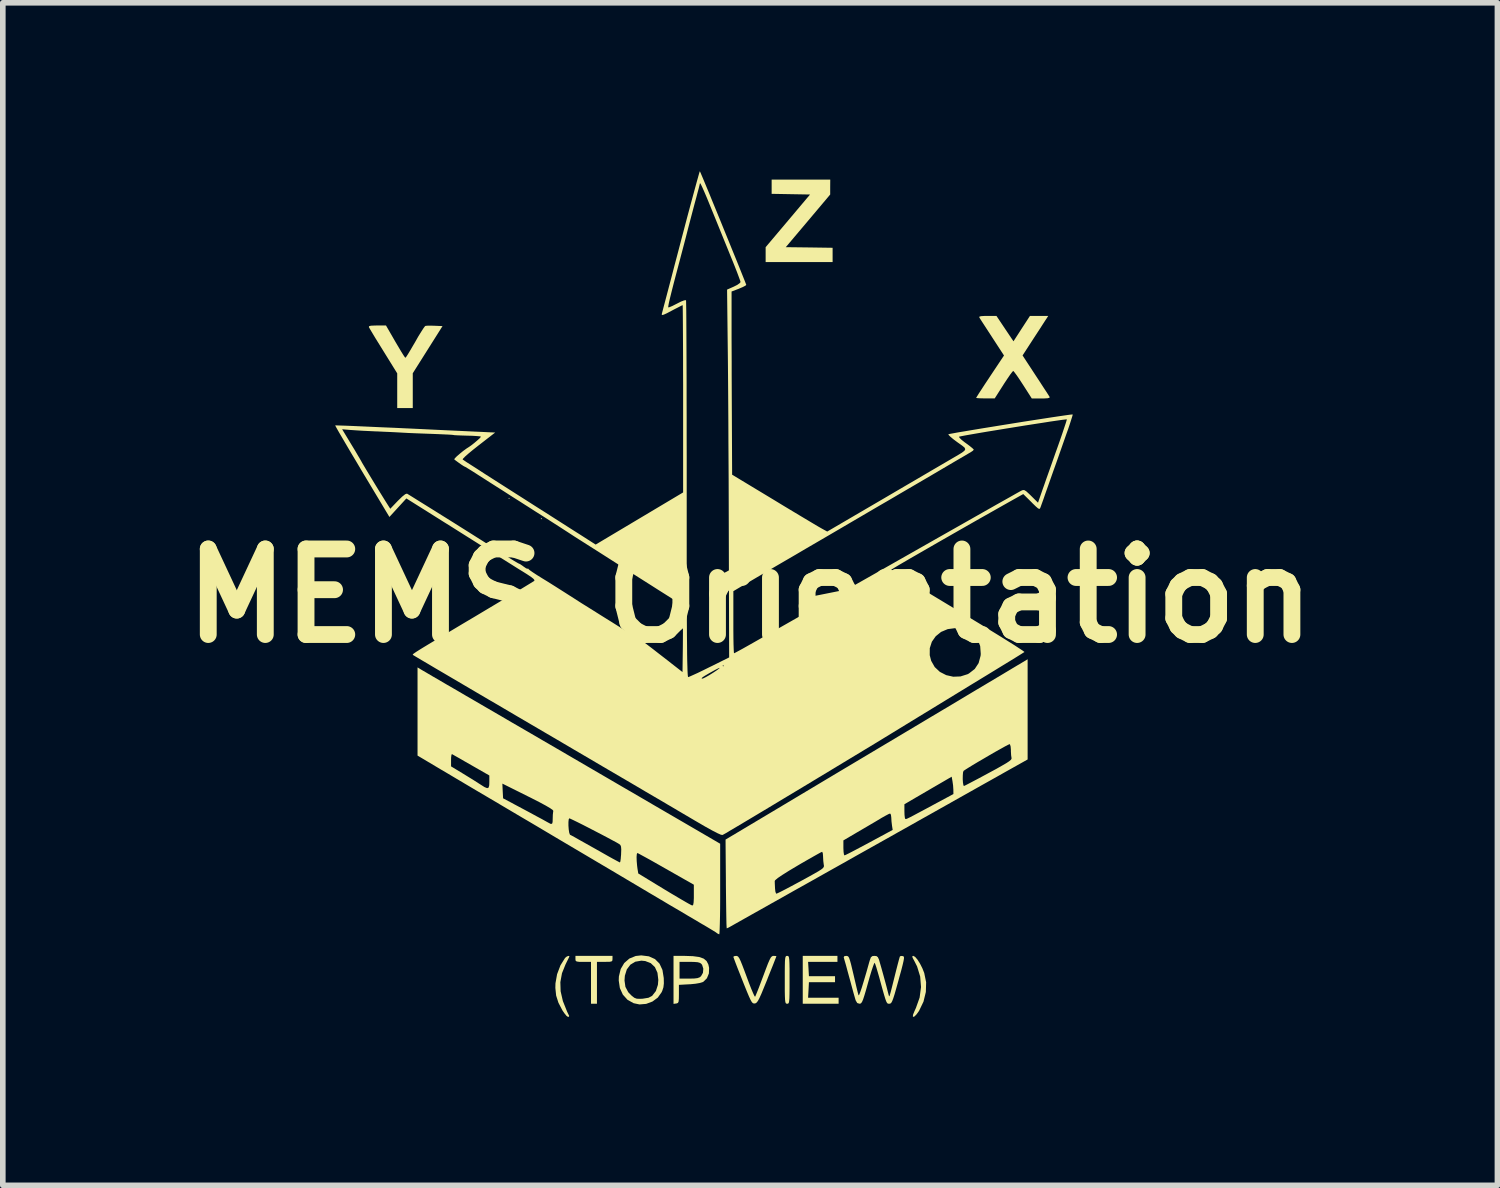
<source format=kicad_pcb>
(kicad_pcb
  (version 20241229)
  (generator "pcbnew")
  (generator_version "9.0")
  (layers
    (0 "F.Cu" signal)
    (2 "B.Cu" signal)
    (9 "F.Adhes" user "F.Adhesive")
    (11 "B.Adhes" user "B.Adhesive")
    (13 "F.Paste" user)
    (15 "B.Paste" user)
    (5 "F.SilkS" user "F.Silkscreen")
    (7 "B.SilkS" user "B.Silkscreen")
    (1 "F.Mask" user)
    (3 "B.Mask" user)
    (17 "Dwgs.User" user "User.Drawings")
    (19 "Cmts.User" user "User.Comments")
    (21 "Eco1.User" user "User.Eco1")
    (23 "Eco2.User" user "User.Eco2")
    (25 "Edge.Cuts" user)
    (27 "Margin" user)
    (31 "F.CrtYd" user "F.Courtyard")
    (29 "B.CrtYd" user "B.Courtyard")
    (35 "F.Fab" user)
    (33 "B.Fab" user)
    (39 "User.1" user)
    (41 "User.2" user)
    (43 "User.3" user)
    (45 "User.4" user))
  (footprint "MEMS_Orientation"
    (layer "F.Cu")
    (at 10.312 7.564)
    (property "Reference" "MEMS_Orientation" (at 0 0 0) (layer "F.SilkS") (effects (font (size 1.524 1.524) (thickness 0.3))))
    (attr board_only exclude_from_pos_files exclude_from_bom)
    (fp_poly (pts (xy -4.283 -1.737) (xy -4.294 -1.726) (xy -4.304 -1.737) (xy -4.294 -1.747)) (stroke (width 0) (type solid)) (fill yes) (layer "F.SilkS"))
    (fp_poly (pts (xy -3.708 -1.374) (xy -3.718 -1.364) (xy -3.729 -1.374) (xy -3.718 -1.385)) (stroke (width 0) (type solid)) (fill yes) (layer "F.SilkS"))
    (fp_poly (pts (xy -1.662 0.586) (xy -1.673 0.597) (xy -1.683 0.586) (xy -1.673 0.575)) (stroke (width 0) (type solid)) (fill yes) (layer "F.SilkS"))
    (fp_poly (pts (xy 1.556 6.52) (xy 1.033 6.52) (xy 1.041 6.648) (xy 1.048 6.776) (xy 1.513 6.776) (xy 1.513 6.883) (xy 1.048 6.883) (xy 1.041 7.021) (xy 1.033 7.16) (xy 1.305 7.16) (xy 1.577 7.16) (xy 1.577 7.266) (xy 0.938 7.266) (xy 0.938 6.414) (xy 1.556 6.414)) (stroke (width 0) (type solid)) (fill yes) (layer "F.SilkS"))
    (fp_poly (pts (xy 1.427 -7.282) (xy 1.427 -7.149) (xy 1.032 -6.68) (xy 0.636 -6.211) (xy 1.053 -6.206) (xy 1.47 -6.2) (xy 1.47 -5.945) (xy 0.277 -5.945) (xy 0.277 -6.078) (xy 0.277 -6.211) (xy 0.673 -6.68) (xy 1.068 -7.149) (xy 0.726 -7.155) (xy 0.384 -7.161) (xy 0.384 -7.415) (xy 1.428 -7.415)) (stroke (width 0) (type solid)) (fill yes) (layer "F.SilkS"))
    (fp_poly (pts (xy -2.451 6.467) (xy -2.453 6.496) (xy -2.467 6.512) (xy -2.501 6.519) (xy -2.566 6.52) (xy -2.589 6.52) (xy -2.728 6.52) (xy -2.728 7.266) (xy -2.834 7.266) (xy -2.834 6.52) (xy -2.973 6.52) (xy -3.047 6.52) (xy -3.088 6.514) (xy -3.107 6.501) (xy -3.111 6.476) (xy -3.111 6.467) (xy -3.111 6.414) (xy -2.451 6.414)) (stroke (width 0) (type solid)) (fill yes) (layer "F.SilkS"))
    (fp_poly (pts (xy -3.219 6.419) (xy -3.221 6.43) (xy -3.234 6.457) (xy -3.26 6.509) (xy -3.287 6.564) (xy -3.351 6.723) (xy -3.38 6.882) (xy -3.375 7.045) (xy -3.335 7.219) (xy -3.259 7.409) (xy -3.222 7.485) (xy -3.231 7.499) (xy -3.243 7.501) (xy -3.269 7.484) (xy -3.306 7.439) (xy -3.343 7.385) (xy -3.414 7.249) (xy -3.455 7.121) (xy -3.469 6.985) (xy -3.467 6.903) (xy -3.438 6.74) (xy -3.378 6.582) (xy -3.296 6.451) (xy -3.266 6.426) (xy -3.236 6.414)) (stroke (width 0) (type solid)) (fill yes) (layer "F.SilkS"))
    (fp_poly (pts (xy 2.94 6.432) (xy 2.982 6.481) (xy 3.027 6.552) (xy 3.069 6.635) (xy 3.102 6.718) (xy 3.136 6.884) (xy 3.131 7.057) (xy 3.089 7.229) (xy 3.011 7.391) (xy 3.004 7.402) (xy 2.964 7.457) (xy 2.928 7.493) (xy 2.91 7.501) (xy 2.899 7.491) (xy 2.904 7.458) (xy 2.929 7.397) (xy 2.954 7.342) (xy 3.02 7.157) (xy 3.045 6.969) (xy 3.03 6.782) (xy 2.975 6.602) (xy 2.926 6.505) (xy 2.896 6.45) (xy 2.889 6.423) (xy 2.902 6.414) (xy 2.907 6.414)) (stroke (width 0) (type solid)) (fill yes) (layer "F.SilkS"))
    (fp_poly (pts (xy 0.675 6.416) (xy 0.686 6.424) (xy 0.693 6.445) (xy 0.698 6.485) (xy 0.701 6.547) (xy 0.703 6.639) (xy 0.703 6.765) (xy 0.703 6.84) (xy 0.703 6.985) (xy 0.702 7.092) (xy 0.7 7.168) (xy 0.696 7.218) (xy 0.69 7.248) (xy 0.681 7.262) (xy 0.668 7.266) (xy 0.661 7.266) (xy 0.646 7.265) (xy 0.635 7.256) (xy 0.628 7.235) (xy 0.623 7.196) (xy 0.62 7.133) (xy 0.618 7.041) (xy 0.618 6.915) (xy 0.618 6.84) (xy 0.618 6.695) (xy 0.619 6.588) (xy 0.621 6.512) (xy 0.625 6.462) (xy 0.631 6.433) (xy 0.64 6.419) (xy 0.653 6.414) (xy 0.661 6.414)) (stroke (width 0) (type solid)) (fill yes) (layer "F.SilkS"))
    (fp_poly (pts (xy -6.32 -4.528) (xy -6.262 -4.43) (xy -6.212 -4.346) (xy -6.172 -4.282) (xy -6.147 -4.246) (xy -6.14 -4.241) (xy -6.125 -4.258) (xy -6.094 -4.306) (xy -6.05 -4.379) (xy -5.997 -4.47) (xy -5.968 -4.519) (xy -5.912 -4.618) (xy -5.86 -4.702) (xy -5.819 -4.766) (xy -5.792 -4.802) (xy -5.785 -4.808) (xy -5.752 -4.812) (xy -5.69 -4.813) (xy -5.62 -4.811) (xy -5.479 -4.805) (xy -5.744 -4.385) (xy -6.009 -3.965) (xy -6.009 -3.345) (xy -6.286 -3.345) (xy -6.286 -3.963) (xy -6.533 -4.362) (xy -6.606 -4.48) (xy -6.672 -4.586) (xy -6.726 -4.676) (xy -6.766 -4.743) (xy -6.788 -4.782) (xy -6.791 -4.788) (xy -6.787 -4.803) (xy -6.755 -4.812) (xy -6.689 -4.815) (xy -6.644 -4.816) (xy -6.486 -4.816)) (stroke (width 0) (type solid)) (fill yes) (layer "F.SilkS"))
    (fp_poly (pts (xy -1.167 6.414) (xy -1.019 6.419) (xy -0.907 6.434) (xy -0.828 6.462) (xy -0.775 6.506) (xy -0.743 6.568) (xy -0.73 6.628) (xy -0.734 6.727) (xy -0.769 6.812) (xy -0.831 6.874) (xy -0.849 6.883) (xy -0.897 6.897) (xy -0.972 6.91) (xy -1.062 6.919) (xy -1.087 6.92) (xy -1.268 6.93) (xy -1.268 7.093) (xy -1.269 7.175) (xy -1.273 7.225) (xy -1.284 7.25) (xy -1.303 7.26) (xy -1.316 7.262) (xy -1.364 7.269) (xy -1.364 6.819) (xy -1.257 6.819) (xy -1.087 6.819) (xy -0.996 6.817) (xy -0.937 6.81) (xy -0.899 6.796) (xy -0.874 6.776) (xy -0.84 6.716) (xy -0.833 6.643) (xy -0.854 6.576) (xy -0.866 6.559) (xy -0.892 6.539) (xy -0.932 6.527) (xy -0.996 6.522) (xy -1.079 6.52) (xy -1.257 6.52) (xy -1.257 6.819) (xy -1.364 6.819) (xy -1.364 6.414)) (stroke (width 0) (type solid)) (fill yes) (layer "F.SilkS"))
    (fp_poly (pts (xy -1.803 6.422) (xy -1.694 6.471) (xy -1.613 6.553) (xy -1.561 6.665) (xy -1.538 6.809) (xy -1.538 6.811) (xy -1.536 6.904) (xy -1.544 6.974) (xy -1.564 7.035) (xy -1.577 7.063) (xy -1.644 7.157) (xy -1.739 7.227) (xy -1.851 7.269) (xy -1.97 7.279) (xy -2.075 7.257) (xy -2.184 7.196) (xy -2.267 7.104) (xy -2.32 6.987) (xy -2.34 6.852) (xy -2.237 6.852) (xy -2.221 6.966) (xy -2.17 7.062) (xy -2.106 7.127) (xy -2.061 7.161) (xy -2.018 7.177) (xy -1.959 7.179) (xy -1.914 7.177) (xy -1.81 7.16) (xy -1.746 7.127) (xy -1.678 7.04) (xy -1.642 6.929) (xy -1.635 6.842) (xy -1.65 6.715) (xy -1.695 6.615) (xy -1.769 6.544) (xy -1.867 6.506) (xy -1.937 6.499) (xy -2.046 6.518) (xy -2.133 6.571) (xy -2.196 6.655) (xy -2.231 6.768) (xy -2.237 6.852) (xy -2.34 6.852) (xy -2.34 6.852) (xy -2.337 6.78) (xy -2.305 6.648) (xy -2.242 6.541) (xy -2.151 6.462) (xy -2.038 6.416) (xy -1.939 6.405)) (stroke (width 0) (type solid)) (fill yes) (layer "F.SilkS"))
    (fp_poly (pts (xy 0.457 6.416) (xy 0.469 6.42) (xy 0.461 6.441) (xy 0.44 6.495) (xy 0.408 6.577) (xy 0.366 6.681) (xy 0.318 6.801) (xy 0.303 6.841) (xy 0.246 6.98) (xy 0.203 7.085) (xy 0.169 7.16) (xy 0.143 7.21) (xy 0.122 7.24) (xy 0.103 7.256) (xy 0.084 7.262) (xy 0.083 7.262) (xy 0.065 7.262) (xy 0.047 7.254) (xy 0.029 7.234) (xy 0.007 7.195) (xy -0.021 7.134) (xy -0.058 7.046) (xy -0.107 6.925) (xy -0.134 6.857) (xy -0.183 6.733) (xy -0.227 6.622) (xy -0.262 6.531) (xy -0.286 6.466) (xy -0.298 6.433) (xy -0.298 6.43) (xy -0.28 6.418) (xy -0.248 6.414) (xy -0.229 6.417) (xy -0.211 6.43) (xy -0.192 6.457) (xy -0.169 6.505) (xy -0.139 6.579) (xy -0.099 6.684) (xy -0.061 6.786) (xy -0.018 6.902) (xy 0.021 7.001) (xy 0.054 7.079) (xy 0.077 7.128) (xy 0.089 7.143) (xy 0.089 7.143) (xy 0.1 7.119) (xy 0.124 7.061) (xy 0.157 6.978) (xy 0.196 6.874) (xy 0.235 6.771) (xy 0.283 6.643) (xy 0.319 6.549) (xy 0.347 6.485) (xy 0.368 6.445) (xy 0.387 6.424) (xy 0.405 6.415) (xy 0.418 6.414)) (stroke (width 0) (type solid)) (fill yes) (layer "F.SilkS"))
    (fp_poly (pts (xy 4.54 -4.76) (xy 4.692 -4.534) (xy 4.838 -4.76) (xy 4.985 -4.986) (xy 5.311 -4.986) (xy 5.28 -4.938) (xy 5.258 -4.905) (xy 5.218 -4.843) (xy 5.164 -4.759) (xy 5.1 -4.661) (xy 5.051 -4.586) (xy 4.854 -4.282) (xy 5.087 -3.926) (xy 5.16 -3.815) (xy 5.224 -3.716) (xy 5.278 -3.634) (xy 5.316 -3.575) (xy 5.335 -3.544) (xy 5.336 -3.543) (xy 5.334 -3.529) (xy 5.303 -3.52) (xy 5.239 -3.516) (xy 5.185 -3.516) (xy 5.018 -3.516) (xy 4.861 -3.761) (xy 4.803 -3.85) (xy 4.752 -3.925) (xy 4.712 -3.979) (xy 4.69 -4.005) (xy 4.687 -4.006) (xy 4.67 -3.989) (xy 4.635 -3.943) (xy 4.587 -3.873) (xy 4.53 -3.787) (xy 4.514 -3.762) (xy 4.358 -3.517) (xy 4.192 -3.517) (xy 4.115 -3.518) (xy 4.057 -3.521) (xy 4.029 -3.525) (xy 4.027 -3.527) (xy 4.039 -3.547) (xy 4.07 -3.597) (xy 4.119 -3.672) (xy 4.18 -3.766) (xy 4.252 -3.874) (xy 4.275 -3.909) (xy 4.523 -4.281) (xy 4.311 -4.607) (xy 4.242 -4.713) (xy 4.181 -4.807) (xy 4.131 -4.884) (xy 4.097 -4.937) (xy 4.083 -4.96) (xy 4.085 -4.974) (xy 4.115 -4.982) (xy 4.179 -4.986) (xy 4.228 -4.986) (xy 4.389 -4.986)) (stroke (width 0) (type solid)) (fill yes) (layer "F.SilkS"))
    (fp_poly (pts (xy 2.252 6.418) (xy 2.276 6.437) (xy 2.296 6.48) (xy 2.309 6.526) (xy 2.34 6.633) (xy 2.372 6.748) (xy 2.403 6.861) (xy 2.43 6.961) (xy 2.45 7.04) (xy 2.461 7.082) (xy 2.472 7.123) (xy 2.482 7.136) (xy 2.482 7.136) (xy 2.489 7.113) (xy 2.505 7.057) (xy 2.527 6.972) (xy 2.553 6.868) (xy 2.575 6.78) (xy 2.604 6.664) (xy 2.63 6.563) (xy 2.651 6.484) (xy 2.665 6.435) (xy 2.671 6.421) (xy 2.698 6.415) (xy 2.721 6.418) (xy 2.734 6.423) (xy 2.741 6.436) (xy 2.741 6.462) (xy 2.733 6.507) (xy 2.717 6.576) (xy 2.692 6.674) (xy 2.655 6.807) (xy 2.645 6.845) (xy 2.605 6.988) (xy 2.575 7.094) (xy 2.551 7.169) (xy 2.532 7.219) (xy 2.516 7.248) (xy 2.501 7.262) (xy 2.484 7.266) (xy 2.48 7.266) (xy 2.464 7.266) (xy 2.45 7.262) (xy 2.438 7.249) (xy 2.424 7.222) (xy 2.408 7.177) (xy 2.387 7.108) (xy 2.359 7.01) (xy 2.323 6.879) (xy 2.301 6.797) (xy 2.273 6.701) (xy 2.249 6.619) (xy 2.23 6.562) (xy 2.219 6.537) (xy 2.209 6.551) (xy 2.19 6.601) (xy 2.164 6.679) (xy 2.133 6.781) (xy 2.101 6.894) (xy 2.064 7.026) (xy 2.035 7.123) (xy 2.013 7.19) (xy 1.995 7.232) (xy 1.979 7.255) (xy 1.963 7.265) (xy 1.948 7.266) (xy 1.909 7.254) (xy 1.882 7.209) (xy 1.878 7.197) (xy 1.865 7.153) (xy 1.843 7.076) (xy 1.816 6.977) (xy 1.785 6.862) (xy 1.767 6.797) (xy 1.736 6.684) (xy 1.709 6.583) (xy 1.686 6.504) (xy 1.672 6.454) (xy 1.668 6.441) (xy 1.677 6.42) (xy 1.711 6.414) (xy 1.731 6.416) (xy 1.748 6.425) (xy 1.763 6.448) (xy 1.778 6.491) (xy 1.797 6.558) (xy 1.821 6.658) (xy 1.843 6.75) (xy 1.87 6.865) (xy 1.894 6.968) (xy 1.914 7.05) (xy 1.928 7.102) (xy 1.932 7.117) (xy 1.942 7.11) (xy 1.961 7.063) (xy 1.99 6.979) (xy 2.026 6.861) (xy 2.071 6.709) (xy 2.122 6.527) (xy 2.132 6.494) (xy 2.151 6.441) (xy 2.177 6.418) (xy 2.215 6.414)) (stroke (width 0) (type solid)) (fill yes) (layer "F.SilkS"))
    (fp_poly (pts (xy -5.855 1.317) (xy -5.819 1.338) (xy -5.752 1.377) (xy -5.659 1.432) (xy -5.543 1.499) (xy -5.412 1.576) (xy -5.268 1.659) (xy -5.199 1.699) (xy -5.068 1.776) (xy -4.904 1.871) (xy -4.71 1.984) (xy -4.491 2.111) (xy -4.25 2.252) (xy -3.991 2.402) (xy -3.718 2.561) (xy -3.434 2.726) (xy -3.144 2.895) (xy -2.851 3.066) (xy -2.559 3.236) (xy -2.271 3.404) (xy -1.992 3.566) (xy -1.725 3.722) (xy -1.474 3.868) (xy -1.242 4.003) (xy -1.209 4.022) (xy -0.533 4.416) (xy -0.533 5.223) (xy -0.533 5.404) (xy -0.534 5.571) (xy -0.536 5.718) (xy -0.539 5.843) (xy -0.542 5.939) (xy -0.545 6.003) (xy -0.549 6.03) (xy -0.55 6.03) (xy -0.579 6.017) (xy -0.587 6.011) (xy -0.612 5.993) (xy -0.667 5.959) (xy -0.743 5.913) (xy -0.832 5.86) (xy -0.842 5.855) (xy -0.903 5.819) (xy -0.997 5.763) (xy -1.12 5.691) (xy -1.266 5.604) (xy -1.434 5.506) (xy -1.617 5.397) (xy -1.812 5.282) (xy -2.015 5.161) (xy -2.184 5.061) (xy -2.465 4.894) (xy -2.714 4.747) (xy -2.935 4.616) (xy -3.133 4.499) (xy -3.312 4.393) (xy -3.476 4.296) (xy -3.629 4.205) (xy -3.777 4.117) (xy -3.924 4.03) (xy -4.074 3.942) (xy -4.231 3.849) (xy -4.4 3.749) (xy -4.528 3.673) (xy -4.696 3.574) (xy -4.876 3.468) (xy -5.058 3.36) (xy -5.232 3.257) (xy -5.388 3.164) (xy -5.514 3.09) (xy -5.601 3.038) (xy -5.327 3.038) (xy -5.119 3.164) (xy -5.023 3.223) (xy -4.927 3.282) (xy -4.846 3.334) (xy -4.805 3.36) (xy -4.731 3.407) (xy -4.684 3.426) (xy -4.658 3.416) (xy -4.647 3.375) (xy -4.646 3.345) (xy -4.413 3.345) (xy -4.407 3.476) (xy -4.4 3.607) (xy -4.027 3.806) (xy -3.909 3.869) (xy -3.801 3.928) (xy -3.709 3.977) (xy -3.641 4.015) (xy -3.603 4.036) (xy -3.601 4.037) (xy -3.554 4.062) (xy -3.528 4.061) (xy -3.518 4.03) (xy -3.236 4.03) (xy -3.236 4.094) (xy -3.231 4.161) (xy -3.222 4.219) (xy -3.21 4.253) (xy -3.206 4.257) (xy -3.182 4.269) (xy -3.127 4.299) (xy -3.046 4.345) (xy -2.944 4.402) (xy -2.827 4.468) (xy -2.759 4.506) (xy -2.637 4.575) (xy -2.528 4.637) (xy -2.436 4.688) (xy -2.367 4.725) (xy -2.327 4.746) (xy -2.319 4.75) (xy -2.311 4.731) (xy -2.304 4.681) (xy -2.302 4.652) (xy -2.022 4.652) (xy -2.02 4.724) (xy -2.013 4.806) (xy -2.007 4.854) (xy -1.992 4.946) (xy -1.524 5.231) (xy -1.396 5.308) (xy -1.279 5.377) (xy -1.179 5.436) (xy -1.1 5.481) (xy -1.048 5.509) (xy -1.028 5.517) (xy -1.014 5.505) (xy -1.006 5.462) (xy -1.002 5.384) (xy -1.002 5.333) (xy -1.002 5.146) (xy -1.498 4.864) (xy -1.63 4.789) (xy -1.75 4.721) (xy -1.853 4.664) (xy -1.934 4.62) (xy -1.987 4.591) (xy -2.009 4.581) (xy -2.018 4.601) (xy -2.022 4.652) (xy -2.302 4.652) (xy -2.298 4.608) (xy -2.298 4.6) (xy -2.295 4.518) (xy -2.299 4.468) (xy -2.311 4.439) (xy -2.333 4.421) (xy -2.377 4.395) (xy -2.448 4.357) (xy -2.539 4.308) (xy -2.645 4.252) (xy -2.757 4.194) (xy -2.871 4.135) (xy -2.978 4.08) (xy -3.074 4.032) (xy -3.15 3.995) (xy -3.201 3.971) (xy -3.22 3.963) (xy -3.231 3.982) (xy -3.236 4.03) (xy -3.518 4.03) (xy -3.518 4.028) (xy -3.516 3.965) (xy -3.514 3.898) (xy -3.508 3.846) (xy -3.505 3.832) (xy -3.517 3.814) (xy -3.563 3.782) (xy -3.643 3.735) (xy -3.759 3.673) (xy -3.913 3.594) (xy -3.954 3.574) (xy -4.413 3.345) (xy -4.646 3.345) (xy -4.645 3.316) (xy -4.645 3.2) (xy -4.97 3.014) (xy -5.077 2.953) (xy -5.17 2.899) (xy -5.245 2.857) (xy -5.294 2.829) (xy -5.311 2.819) (xy -5.32 2.833) (xy -5.326 2.879) (xy -5.327 2.924) (xy -5.327 3.038) (xy -5.601 3.038) (xy -5.924 2.846) (xy -5.924 1.275)) (stroke (width 0) (type solid)) (fill yes) (layer "F.SilkS"))
    (fp_poly (pts (xy 4.944 2.915) (xy 4.555 3.133) (xy 4.431 3.203) (xy 4.28 3.288) (xy 4.11 3.383) (xy 3.931 3.484) (xy 3.753 3.584) (xy 3.584 3.679) (xy 3.58 3.682) (xy 3.403 3.781) (xy 3.208 3.891) (xy 3.006 4.004) (xy 2.81 4.115) (xy 2.629 4.216) (xy 2.493 4.293) (xy 2.302 4.4) (xy 2.097 4.515) (xy 1.883 4.635) (xy 1.662 4.76) (xy 1.437 4.886) (xy 1.213 5.012) (xy 0.991 5.137) (xy 0.776 5.257) (xy 0.571 5.373) (xy 0.378 5.481) (xy 0.201 5.581) (xy 0.044 5.669) (xy -0.091 5.745) (xy -0.199 5.806) (xy -0.279 5.851) (xy -0.326 5.878) (xy -0.337 5.884) (xy -0.384 5.91) (xy -0.414 5.923) (xy -0.416 5.924) (xy -0.418 5.903) (xy -0.421 5.845) (xy -0.423 5.753) (xy -0.425 5.633) (xy -0.427 5.489) (xy -0.429 5.325) (xy -0.431 5.147) (xy -0.431 5.133) (xy -0.431 5.08) (xy 0.439 5.08) (xy 0.44 5.122) (xy 0.443 5.185) (xy 0.444 5.21) (xy 0.45 5.267) (xy 0.462 5.301) (xy 0.469 5.306) (xy 0.493 5.296) (xy 0.549 5.269) (xy 0.631 5.227) (xy 0.733 5.173) (xy 0.85 5.11) (xy 0.908 5.079) (xy 1.043 5.005) (xy 1.145 4.948) (xy 1.218 4.906) (xy 1.268 4.874) (xy 1.298 4.85) (xy 1.312 4.83) (xy 1.316 4.812) (xy 1.313 4.791) (xy 1.312 4.788) (xy 1.304 4.723) (xy 1.3 4.648) (xy 1.3 4.643) (xy 1.296 4.59) (xy 1.286 4.562) (xy 1.283 4.56) (xy 1.26 4.57) (xy 1.207 4.599) (xy 1.127 4.644) (xy 1.027 4.701) (xy 0.912 4.767) (xy 0.851 4.803) (xy 0.695 4.896) (xy 0.576 4.971) (xy 0.493 5.027) (xy 0.448 5.065) (xy 0.439 5.08) (xy -0.431 5.08) (xy -0.436 4.491) (xy 1.662 4.491) (xy 1.665 4.56) (xy 1.672 4.608) (xy 1.681 4.624) (xy 1.705 4.614) (xy 1.76 4.587) (xy 1.841 4.545) (xy 1.943 4.491) (xy 2.06 4.429) (xy 2.12 4.397) (xy 2.54 4.17) (xy 2.528 4.093) (xy 2.519 4.018) (xy 2.515 3.947) (xy 2.509 3.9) (xy 2.495 3.878) (xy 2.494 3.878) (xy 2.467 3.888) (xy 2.414 3.916) (xy 2.344 3.955) (xy 2.318 3.971) (xy 2.238 4.019) (xy 2.134 4.08) (xy 2.02 4.147) (xy 1.912 4.21) (xy 1.662 4.357) (xy 1.662 4.491) (xy -0.436 4.491) (xy -0.437 4.342) (xy 0.413 3.835) (xy 2.749 3.835) (xy 2.751 3.903) (xy 2.757 3.953) (xy 2.762 3.97) (xy 2.767 3.974) (xy 2.773 3.976) (xy 2.786 3.974) (xy 2.809 3.964) (xy 2.848 3.945) (xy 2.906 3.915) (xy 2.988 3.871) (xy 3.099 3.812) (xy 3.243 3.735) (xy 3.244 3.734) (xy 3.622 3.531) (xy 3.621 3.454) (xy 3.616 3.377) (xy 3.605 3.3) (xy 3.599 3.267) (xy 3.788 3.267) (xy 3.792 3.328) (xy 3.8 3.373) (xy 3.809 3.388) (xy 3.831 3.378) (xy 3.884 3.351) (xy 3.964 3.309) (xy 4.065 3.256) (xy 4.182 3.193) (xy 4.245 3.159) (xy 4.384 3.084) (xy 4.488 3.025) (xy 4.564 2.981) (xy 4.614 2.948) (xy 4.644 2.923) (xy 4.657 2.904) (xy 4.657 2.888) (xy 4.657 2.887) (xy 4.65 2.84) (xy 4.646 2.773) (xy 4.646 2.743) (xy 4.641 2.684) (xy 4.63 2.648) (xy 4.623 2.642) (xy 4.598 2.653) (xy 4.544 2.681) (xy 4.467 2.724) (xy 4.372 2.777) (xy 4.268 2.837) (xy 4.161 2.9) (xy 4.056 2.961) (xy 3.961 3.018) (xy 3.883 3.066) (xy 3.828 3.101) (xy 3.802 3.119) (xy 3.793 3.148) (xy 3.789 3.202) (xy 3.788 3.267) (xy 3.599 3.267) (xy 3.591 3.222) (xy 3.366 3.353) (xy 3.252 3.419) (xy 3.127 3.492) (xy 3.009 3.561) (xy 2.945 3.598) (xy 2.749 3.713) (xy 2.749 3.835) (xy 0.413 3.835) (xy 0.831 3.585) (xy 1.087 3.432) (xy 1.371 3.262) (xy 1.676 3.08) (xy 1.993 2.891) (xy 2.315 2.699) (xy 2.632 2.51) (xy 2.937 2.328) (xy 3.223 2.157) (xy 3.42 2.04) (xy 3.64 1.909) (xy 3.85 1.783) (xy 4.049 1.664) (xy 4.234 1.554) (xy 4.4 1.455) (xy 4.544 1.369) (xy 4.664 1.297) (xy 4.756 1.242) (xy 4.818 1.206) (xy 4.842 1.191) (xy 4.944 1.13)) (stroke (width 0) (type solid)) (fill yes) (layer "F.SilkS"))
    (fp_poly (pts (xy -0.886 -7.545) (xy -0.863 -7.491) (xy -0.827 -7.406) (xy -0.781 -7.295) (xy -0.726 -7.163) (xy -0.665 -7.013) (xy -0.598 -6.85) (xy -0.528 -6.679) (xy -0.457 -6.504) (xy -0.386 -6.33) (xy -0.317 -6.16) (xy -0.252 -6.001) (xy -0.193 -5.855) (xy -0.142 -5.727) (xy -0.1 -5.622) (xy -0.07 -5.545) (xy -0.068 -5.54) (xy -0.083 -5.525) (xy -0.129 -5.501) (xy -0.195 -5.473) (xy -0.196 -5.472) (xy -0.33 -5.421) (xy -0.33 -4.884) (xy -0.33 -4.751) (xy -0.33 -4.583) (xy -0.329 -4.386) (xy -0.328 -4.167) (xy -0.328 -3.935) (xy -0.327 -3.695) (xy -0.326 -3.454) (xy -0.325 -3.252) (xy -0.32 -2.158) (xy 0.432 -1.704) (xy 0.598 -1.603) (xy 0.756 -1.508) (xy 0.901 -1.421) (xy 1.03 -1.344) (xy 1.137 -1.28) (xy 1.218 -1.232) (xy 1.269 -1.203) (xy 1.279 -1.197) (xy 1.374 -1.145) (xy 2.387 -1.737) (xy 2.583 -1.852) (xy 2.774 -1.964) (xy 2.956 -2.07) (xy 3.123 -2.168) (xy 3.273 -2.256) (xy 3.4 -2.33) (xy 3.501 -2.389) (xy 3.571 -2.43) (xy 3.591 -2.442) (xy 3.7 -2.505) (xy 3.775 -2.551) (xy 3.819 -2.585) (xy 3.833 -2.613) (xy 3.82 -2.641) (xy 3.78 -2.674) (xy 3.717 -2.719) (xy 3.69 -2.738) (xy 3.618 -2.792) (xy 3.565 -2.837) (xy 3.535 -2.868) (xy 3.532 -2.878) (xy 3.555 -2.884) (xy 3.616 -2.895) (xy 3.708 -2.912) (xy 3.829 -2.932) (xy 3.972 -2.956) (xy 4.134 -2.983) (xy 4.308 -3.011) (xy 4.492 -3.041) (xy 4.679 -3.071) (xy 4.865 -3.101) (xy 5.045 -3.129) (xy 5.214 -3.155) (xy 5.369 -3.179) (xy 5.503 -3.199) (xy 5.613 -3.215) (xy 5.692 -3.226) (xy 5.738 -3.231) (xy 5.747 -3.231) (xy 5.743 -3.21) (xy 5.726 -3.155) (xy 5.7 -3.073) (xy 5.666 -2.971) (xy 5.635 -2.885) (xy 5.543 -2.622) (xy 5.464 -2.397) (xy 5.396 -2.207) (xy 5.34 -2.048) (xy 5.294 -1.917) (xy 5.257 -1.813) (xy 5.229 -1.731) (xy 5.207 -1.67) (xy 5.191 -1.626) (xy 5.181 -1.597) (xy 5.174 -1.579) (xy 5.174 -1.578) (xy 5.164 -1.556) (xy 5.151 -1.548) (xy 5.128 -1.559) (xy 5.09 -1.592) (xy 5.029 -1.651) (xy 5.011 -1.67) (xy 4.866 -1.813) (xy 4.684 -1.711) (xy 4.508 -1.612) (xy 4.321 -1.506) (xy 4.126 -1.396) (xy 3.929 -1.284) (xy 3.731 -1.171) (xy 3.537 -1.06) (xy 3.35 -0.953) (xy 3.173 -0.851) (xy 3.01 -0.757) (xy 2.864 -0.673) (xy 2.739 -0.6) (xy 2.638 -0.541) (xy 2.565 -0.497) (xy 2.523 -0.471) (xy 2.515 -0.465) (xy 2.532 -0.452) (xy 2.584 -0.418) (xy 2.666 -0.367) (xy 2.775 -0.299) (xy 2.909 -0.217) (xy 3.064 -0.123) (xy 3.237 -0.017) (xy 3.426 0.097) (xy 3.628 0.219) (xy 3.709 0.268) (xy 3.914 0.391) (xy 4.108 0.508) (xy 4.286 0.617) (xy 4.447 0.716) (xy 4.588 0.804) (xy 4.705 0.877) (xy 4.795 0.936) (xy 4.856 0.976) (xy 4.885 0.998) (xy 4.887 1.001) (xy 4.865 1.015) (xy 4.811 1.049) (xy 4.729 1.1) (xy 4.622 1.166) (xy 4.494 1.244) (xy 4.349 1.333) (xy 4.192 1.429) (xy 4.123 1.471) (xy 3.934 1.586) (xy 3.718 1.718) (xy 3.484 1.861) (xy 3.242 2.009) (xy 2.999 2.157) (xy 2.767 2.299) (xy 2.553 2.43) (xy 2.525 2.447) (xy 2.386 2.532) (xy 2.227 2.629) (xy 2.05 2.736) (xy 1.858 2.852) (xy 1.656 2.974) (xy 1.446 3.101) (xy 1.232 3.23) (xy 1.017 3.36) (xy 0.804 3.488) (xy 0.596 3.613) (xy 0.397 3.733) (xy 0.21 3.845) (xy 0.038 3.948) (xy -0.116 4.04) (xy -0.247 4.118) (xy -0.354 4.181) (xy -0.432 4.228) (xy -0.479 4.254) (xy -0.49 4.26) (xy -0.519 4.256) (xy -0.58 4.229) (xy -0.675 4.18) (xy -0.803 4.109) (xy -0.966 4.014) (xy -0.98 4.006) (xy -1.051 3.964) (xy -1.124 3.921) (xy -1.201 3.876) (xy -1.284 3.827) (xy -1.375 3.773) (xy -1.476 3.714) (xy -1.589 3.647) (xy -1.716 3.573) (xy -1.858 3.49) (xy -2.017 3.396) (xy -2.196 3.291) (xy -2.396 3.174) (xy -2.62 3.043) (xy -2.868 2.897) (xy -3.143 2.736) (xy -3.447 2.557) (xy -3.782 2.361) (xy -4.149 2.146) (xy -4.55 1.91) (xy -4.645 1.855) (xy -4.865 1.726) (xy -5.074 1.603) (xy -5.269 1.488) (xy -5.29 1.476) (xy -0.861 1.476) (xy -0.861 1.476) (xy -0.838 1.472) (xy -0.79 1.449) (xy -0.727 1.413) (xy -0.658 1.37) (xy -0.592 1.326) (xy -0.549 1.293) (xy -0.541 1.282) (xy -0.566 1.291) (xy -0.617 1.317) (xy -0.629 1.323) (xy -0.731 1.38) (xy -0.801 1.421) (xy -0.843 1.448) (xy -0.861 1.465) (xy -0.861 1.476) (xy -5.29 1.476) (xy -5.448 1.383) (xy -5.607 1.29) (xy -5.743 1.209) (xy -5.854 1.144) (xy -5.938 1.094) (xy -5.99 1.063) (xy -6.008 1.052) (xy -6.009 1.048) (xy -6.006 1.042) (xy -5.996 1.032) (xy -5.975 1.017) (xy -5.941 0.994) (xy -5.892 0.963) (xy -5.824 0.921) (xy -5.735 0.867) (xy -5.69 0.84) (xy -1.872 0.84) (xy -1.732 0.947) (xy -1.654 1.008) (xy -1.557 1.083) (xy -1.456 1.161) (xy -1.398 1.207) (xy -1.204 1.358) (xy -1.198 0.91) (xy -1.197 0.777) (xy -1.196 0.658) (xy -1.197 0.562) (xy -1.198 0.492) (xy -1.2 0.458) (xy -1.2 0.455) (xy -1.22 0.462) (xy -1.271 0.489) (xy -1.346 0.531) (xy -1.44 0.585) (xy -1.54 0.643) (xy -1.872 0.84) (xy -5.69 0.84) (xy -5.623 0.8) (xy -5.485 0.717) (xy -5.318 0.617) (xy -5.119 0.498) (xy -4.908 0.373) (xy -4.716 0.258) (xy -4.535 0.15) (xy -4.367 0.05) (xy -4.218 -0.04) (xy -4.088 -0.117) (xy -3.983 -0.181) (xy -3.906 -0.228) (xy -3.859 -0.257) (xy -3.846 -0.265) (xy -3.841 -0.279) (xy -3.857 -0.301) (xy -3.899 -0.335) (xy -3.971 -0.383) (xy -4.044 -0.429) (xy -4.124 -0.478) (xy -4.232 -0.546) (xy -4.361 -0.627) (xy -4.505 -0.717) (xy -4.655 -0.811) (xy -4.804 -0.905) (xy -4.805 -0.906) (xy -4.967 -1.008) (xy -5.14 -1.117) (xy -5.316 -1.228) (xy -5.484 -1.333) (xy -5.633 -1.427) (xy -5.73 -1.488) (xy -6.123 -1.735) (xy -6.425 -1.405) (xy -6.912 -2.217) (xy -7.012 -2.386) (xy -7.106 -2.543) (xy -7.189 -2.684) (xy -7.261 -2.807) (xy -7.32 -2.907) (xy -7.354 -2.967) (xy -7.267 -2.967) (xy -7.096 -2.684) (xy -7.037 -2.587) (xy -6.988 -2.503) (xy -6.95 -2.439) (xy -6.929 -2.402) (xy -6.925 -2.395) (xy -6.915 -2.376) (xy -6.886 -2.327) (xy -6.843 -2.255) (xy -6.789 -2.165) (xy -6.729 -2.066) (xy -6.666 -1.962) (xy -6.604 -1.861) (xy -6.547 -1.769) (xy -6.5 -1.693) (xy -6.469 -1.644) (xy -6.41 -1.551) (xy -6.274 -1.693) (xy -6.198 -1.767) (xy -6.144 -1.81) (xy -6.112 -1.821) (xy -6.111 -1.82) (xy -6.081 -1.802) (xy -6.026 -1.768) (xy -5.954 -1.723) (xy -5.924 -1.704) (xy -5.689 -1.558) (xy -5.486 -1.431) (xy -5.308 -1.32) (xy -5.151 -1.221) (xy -5.009 -1.132) (xy -4.878 -1.049) (xy -4.751 -0.969) (xy -4.624 -0.888) (xy -4.492 -0.804) (xy -4.417 -0.756) (xy -4.319 -0.694) (xy -4.235 -0.641) (xy -4.169 -0.602) (xy -4.129 -0.579) (xy -4.12 -0.575) (xy -4.096 -0.564) (xy -4.052 -0.534) (xy -4.035 -0.521) (xy -3.991 -0.491) (xy -3.966 -0.481) (xy -3.963 -0.484) (xy -3.954 -0.486) (xy -3.947 -0.476) (xy -3.924 -0.456) (xy -3.871 -0.419) (xy -3.798 -0.371) (xy -3.711 -0.317) (xy -3.708 -0.315) (xy -3.597 -0.247) (xy -3.478 -0.172) (xy -3.366 -0.101) (xy -3.303 -0.061) (xy -3.228 -0.013) (xy -3.126 0.052) (xy -3.006 0.129) (xy -2.876 0.21) (xy -2.745 0.292) (xy -2.728 0.303) (xy -2.597 0.385) (xy -2.465 0.467) (xy -2.341 0.545) (xy -2.234 0.612) (xy -2.153 0.663) (xy -2.144 0.668) (xy -2.056 0.723) (xy -1.994 0.756) (xy -1.953 0.77) (xy -1.925 0.77) (xy -1.914 0.765) (xy -1.883 0.747) (xy -1.822 0.712) (xy -1.738 0.663) (xy -1.638 0.604) (xy -1.552 0.553) (xy -1.447 0.491) (xy -1.354 0.437) (xy -1.279 0.396) (xy -1.23 0.37) (xy -1.212 0.362) (xy -1.201 0.343) (xy -1.194 0.295) (xy -1.193 0.268) (xy -1.193 0.174) (xy -1.518 -0.032) (xy -1.626 -0.1) (xy -1.764 -0.188) (xy -1.925 -0.29) (xy -2.103 -0.403) (xy -2.291 -0.523) (xy -2.484 -0.646) (xy -2.675 -0.768) (xy -2.858 -0.884) (xy -3.026 -0.991) (xy -3.047 -1.004) (xy -3.141 -1.064) (xy -3.245 -1.132) (xy -3.324 -1.183) (xy -3.412 -1.24) (xy -3.515 -1.306) (xy -3.613 -1.369) (xy -3.622 -1.375) (xy -3.721 -1.438) (xy -3.832 -1.508) (xy -3.93 -1.571) (xy -3.936 -1.575) (xy -4.009 -1.621) (xy -4.107 -1.684) (xy -4.22 -1.755) (xy -4.337 -1.83) (xy -4.391 -1.865) (xy -4.511 -1.941) (xy -4.635 -2.02) (xy -4.752 -2.095) (xy -4.851 -2.158) (xy -4.883 -2.179) (xy -4.962 -2.229) (xy -5.027 -2.269) (xy -5.07 -2.295) (xy -5.084 -2.301) (xy -5.106 -2.313) (xy -5.149 -2.341) (xy -5.202 -2.379) (xy -5.252 -2.416) (xy -5.27 -2.43) (xy -5.261 -2.448) (xy -5.227 -2.483) (xy -5.174 -2.529) (xy -5.113 -2.579) (xy -5.05 -2.625) (xy -5.006 -2.653) (xy -4.965 -2.682) (xy -4.913 -2.723) (xy -4.86 -2.768) (xy -4.817 -2.807) (xy -4.796 -2.832) (xy -4.794 -2.835) (xy -4.814 -2.841) (xy -4.868 -2.846) (xy -4.948 -2.851) (xy -5.033 -2.853) (xy -5.13 -2.856) (xy -5.21 -2.859) (xy -5.264 -2.862) (xy -5.284 -2.865) (xy -5.308 -2.868) (xy -5.367 -2.872) (xy -5.456 -2.876) (xy -5.567 -2.881) (xy -5.694 -2.886) (xy -5.7 -2.886) (xy -5.837 -2.891) (xy -5.969 -2.896) (xy -6.086 -2.901) (xy -6.179 -2.906) (xy -6.233 -2.909) (xy -6.303 -2.913) (xy -6.403 -2.918) (xy -6.521 -2.923) (xy -6.643 -2.929) (xy -6.659 -2.929) (xy -6.784 -2.935) (xy -6.91 -2.941) (xy -7.022 -2.948) (xy -7.106 -2.954) (xy -7.112 -2.954) (xy -7.267 -2.967) (xy -7.354 -2.967) (xy -7.362 -2.981) (xy -7.386 -3.025) (xy -7.391 -3.036) (xy -7.369 -3.036) (xy -7.308 -3.034) (xy -7.212 -3.031) (xy -7.084 -3.026) (xy -6.929 -3.019) (xy -6.75 -3.011) (xy -6.55 -3.002) (xy -6.333 -2.993) (xy -6.104 -2.982) (xy -6.098 -2.982) (xy -5.864 -2.971) (xy -5.639 -2.96) (xy -5.427 -2.95) (xy -5.233 -2.941) (xy -5.061 -2.933) (xy -4.915 -2.926) (xy -4.799 -2.921) (xy -4.718 -2.917) (xy -4.677 -2.915) (xy -4.541 -2.909) (xy -4.84 -2.677) (xy -4.935 -2.602) (xy -5.016 -2.535) (xy -5.077 -2.481) (xy -5.113 -2.444) (xy -5.121 -2.429) (xy -5.1 -2.415) (xy -5.047 -2.379) (xy -4.964 -2.326) (xy -4.856 -2.257) (xy -4.727 -2.173) (xy -4.578 -2.078) (xy -4.415 -1.974) (xy -4.241 -1.863) (xy -4.208 -1.842) (xy -4.021 -1.723) (xy -3.835 -1.604) (xy -3.655 -1.49) (xy -3.486 -1.382) (xy -3.334 -1.285) (xy -3.204 -1.202) (xy -3.1 -1.136) (xy -3.032 -1.093) (xy -2.751 -0.913) (xy -1.193 -1.842) (xy -1.193 -3.51) (xy -1.193 -3.772) (xy -1.194 -4.022) (xy -1.194 -4.256) (xy -1.195 -4.471) (xy -1.196 -4.663) (xy -1.197 -4.83) (xy -1.198 -4.968) (xy -1.199 -5.074) (xy -1.2 -5.144) (xy -1.201 -5.176) (xy -1.202 -5.178) (xy -1.223 -5.169) (xy -1.273 -5.143) (xy -1.344 -5.107) (xy -1.397 -5.079) (xy -1.482 -5.034) (xy -1.537 -5.009) (xy -1.566 -5.002) (xy -1.574 -5.011) (xy -1.573 -5.02) (xy -1.566 -5.047) (xy -1.549 -5.112) (xy -1.542 -5.139) (xy -1.459 -5.139) (xy -1.459 -5.138) (xy -1.436 -5.142) (xy -1.386 -5.163) (xy -1.319 -5.197) (xy -1.301 -5.206) (xy -1.23 -5.242) (xy -1.175 -5.263) (xy -1.144 -5.267) (xy -1.141 -5.265) (xy -1.14 -5.242) (xy -1.139 -5.179) (xy -1.137 -5.077) (xy -1.136 -4.94) (xy -1.135 -4.769) (xy -1.134 -4.567) (xy -1.133 -4.336) (xy -1.132 -4.079) (xy -1.131 -3.798) (xy -1.131 -3.494) (xy -1.13 -3.171) (xy -1.13 -2.83) (xy -1.129 -2.475) (xy -1.129 -2.106) (xy -1.129 -1.898) (xy -1.129 -1.441) (xy -1.129 -1.025) (xy -1.129 -0.648) (xy -1.128 -0.309) (xy -1.128 -0.006) (xy -1.127 0.263) (xy -1.126 0.5) (xy -1.125 0.706) (xy -1.123 0.882) (xy -1.122 1.031) (xy -1.12 1.155) (xy -1.117 1.254) (xy -1.115 1.331) (xy -1.112 1.387) (xy -1.109 1.424) (xy -1.106 1.443) (xy -1.103 1.448) (xy -1.076 1.438) (xy -1.018 1.412) (xy -0.934 1.374) (xy -0.833 1.325) (xy -0.724 1.271) (xy -0.674 1.247) (xy -0.49 1.247) (xy -0.479 1.257) (xy -0.469 1.247) (xy -0.479 1.236) (xy -0.49 1.247) (xy -0.674 1.247) (xy -0.373 1.097) (xy -0.373 1.057) (xy 3.2 1.057) (xy 3.226 1.158) (xy 3.289 1.269) (xy 3.381 1.355) (xy 3.494 1.413) (xy 3.619 1.441) (xy 3.748 1.436) (xy 3.875 1.396) (xy 3.899 1.383) (xy 4.002 1.303) (xy 4.071 1.198) (xy 4.106 1.068) (xy 4.109 1.035) (xy 4.099 0.895) (xy 4.054 0.777) (xy 3.977 0.682) (xy 3.871 0.616) (xy 3.739 0.58) (xy 3.659 0.575) (xy 3.521 0.593) (xy 3.402 0.643) (xy 3.307 0.72) (xy 3.238 0.818) (xy 3.201 0.932) (xy 3.2 1.057) (xy -0.373 1.057) (xy -0.375 0.47) (xy -0.298 0.47) (xy -0.298 0.618) (xy -0.297 0.752) (xy -0.295 0.864) (xy -0.292 0.951) (xy -0.289 1.006) (xy -0.286 1.023) (xy -0.264 1.013) (xy -0.212 0.985) (xy -0.135 0.943) (xy -0.039 0.889) (xy 0.06 0.833) (xy 0.148 0.783) (xy 0.268 0.715) (xy 0.413 0.633) (xy 0.58 0.538) (xy 0.761 0.435) (xy 0.953 0.326) (xy 1.148 0.215) (xy 1.31 0.123) (xy 1.796 -0.153) (xy 2.297 -0.437) (xy 2.818 -0.733) (xy 3.364 -1.043) (xy 3.939 -1.369) (xy 4.251 -1.546) (xy 4.39 -1.625) (xy 4.52 -1.698) (xy 4.634 -1.762) (xy 4.727 -1.815) (xy 4.795 -1.853) (xy 4.832 -1.873) (xy 4.834 -1.874) (xy 4.862 -1.885) (xy 4.888 -1.882) (xy 4.922 -1.86) (xy 4.971 -1.815) (xy 5.007 -1.78) (xy 5.129 -1.659) (xy 5.209 -1.89) (xy 5.24 -1.977) (xy 5.281 -2.095) (xy 5.331 -2.235) (xy 5.385 -2.388) (xy 5.44 -2.545) (xy 5.47 -2.628) (xy 5.519 -2.767) (xy 5.562 -2.892) (xy 5.597 -2.997) (xy 5.624 -3.078) (xy 5.639 -3.128) (xy 5.643 -3.144) (xy 5.62 -3.142) (xy 5.561 -3.135) (xy 5.47 -3.122) (xy 5.352 -3.105) (xy 5.213 -3.083) (xy 5.057 -3.059) (xy 4.89 -3.033) (xy 4.717 -3.005) (xy 4.543 -2.977) (xy 4.373 -2.949) (xy 4.213 -2.923) (xy 4.066 -2.898) (xy 3.939 -2.876) (xy 3.837 -2.858) (xy 3.764 -2.844) (xy 3.726 -2.836) (xy 3.722 -2.834) (xy 3.73 -2.816) (xy 3.766 -2.78) (xy 3.824 -2.734) (xy 3.845 -2.719) (xy 3.91 -2.671) (xy 3.959 -2.631) (xy 3.983 -2.607) (xy 3.985 -2.604) (xy 3.968 -2.584) (xy 3.928 -2.557) (xy 3.926 -2.556) (xy 3.893 -2.537) (xy 3.829 -2.499) (xy 3.738 -2.446) (xy 3.625 -2.38) (xy 3.496 -2.304) (xy 3.355 -2.221) (xy 3.292 -2.184) (xy 3.132 -2.09) (xy 2.968 -1.994) (xy 2.807 -1.9) (xy 2.658 -1.813) (xy 2.529 -1.737) (xy 2.428 -1.678) (xy 2.419 -1.673) (xy 2.343 -1.629) (xy 2.238 -1.568) (xy 2.107 -1.491) (xy 1.955 -1.402) (xy 1.784 -1.302) (xy 1.6 -1.194) (xy 1.407 -1.081) (xy 1.208 -0.965) (xy 1.007 -0.848) (xy 0.81 -0.732) (xy 0.619 -0.621) (xy 0.439 -0.516) (xy 0.275 -0.419) (xy 0.129 -0.334) (xy 0.007 -0.262) (xy -0.088 -0.207) (xy -0.152 -0.169) (xy -0.165 -0.162) (xy -0.298 -0.083) (xy -0.298 0.47) (xy -0.375 0.47) (xy -0.379 -1.055) (xy -0.38 -1.385) (xy -0.381 -1.724) (xy -0.382 -2.067) (xy -0.384 -2.409) (xy -0.386 -2.745) (xy -0.387 -3.069) (xy -0.389 -3.376) (xy -0.391 -3.662) (xy -0.393 -3.92) (xy -0.395 -4.146) (xy -0.397 -4.331) (xy -0.41 -5.455) (xy -0.29 -5.508) (xy -0.227 -5.54) (xy -0.184 -5.571) (xy -0.17 -5.589) (xy -0.178 -5.618) (xy -0.2 -5.678) (xy -0.232 -5.764) (xy -0.272 -5.866) (xy -0.3 -5.936) (xy -0.347 -6.051) (xy -0.405 -6.194) (xy -0.471 -6.356) (xy -0.539 -6.524) (xy -0.606 -6.689) (xy -0.633 -6.755) (xy -0.708 -6.939) (xy -0.768 -7.086) (xy -0.816 -7.198) (xy -0.851 -7.277) (xy -0.875 -7.327) (xy -0.889 -7.35) (xy -0.894 -7.347) (xy -0.894 -7.347) (xy -0.9 -7.321) (xy -0.914 -7.263) (xy -0.936 -7.182) (xy -0.957 -7.101) (xy -0.986 -6.995) (xy -1.021 -6.862) (xy -1.059 -6.718) (xy -1.096 -6.577) (xy -1.105 -6.542) (xy -1.139 -6.409) (xy -1.175 -6.271) (xy -1.209 -6.142) (xy -1.237 -6.036) (xy -1.244 -6.009) (xy -1.306 -5.775) (xy -1.357 -5.581) (xy -1.397 -5.424) (xy -1.427 -5.303) (xy -1.447 -5.217) (xy -1.457 -5.162) (xy -1.459 -5.139) (xy -1.542 -5.139) (xy -1.523 -5.211) (xy -1.489 -5.34) (xy -1.448 -5.496) (xy -1.401 -5.674) (xy -1.35 -5.871) (xy -1.294 -6.083) (xy -1.235 -6.308) (xy -1.234 -6.313) (xy -1.175 -6.536) (xy -1.12 -6.746) (xy -1.068 -6.94) (xy -1.021 -7.114) (xy -0.98 -7.265) (xy -0.946 -7.389) (xy -0.92 -7.482) (xy -0.903 -7.542) (xy -0.895 -7.564) (xy -0.895 -7.564)) (stroke (width 0) (type solid)) (fill yes) (layer "F.SilkS")))
  (gr_rect
    (start -3 -3)
    (end 23.625 18.065)
    (stroke (width 0.1) (type default))
    (fill no)
    (layer "Edge.Cuts")))
</source>
